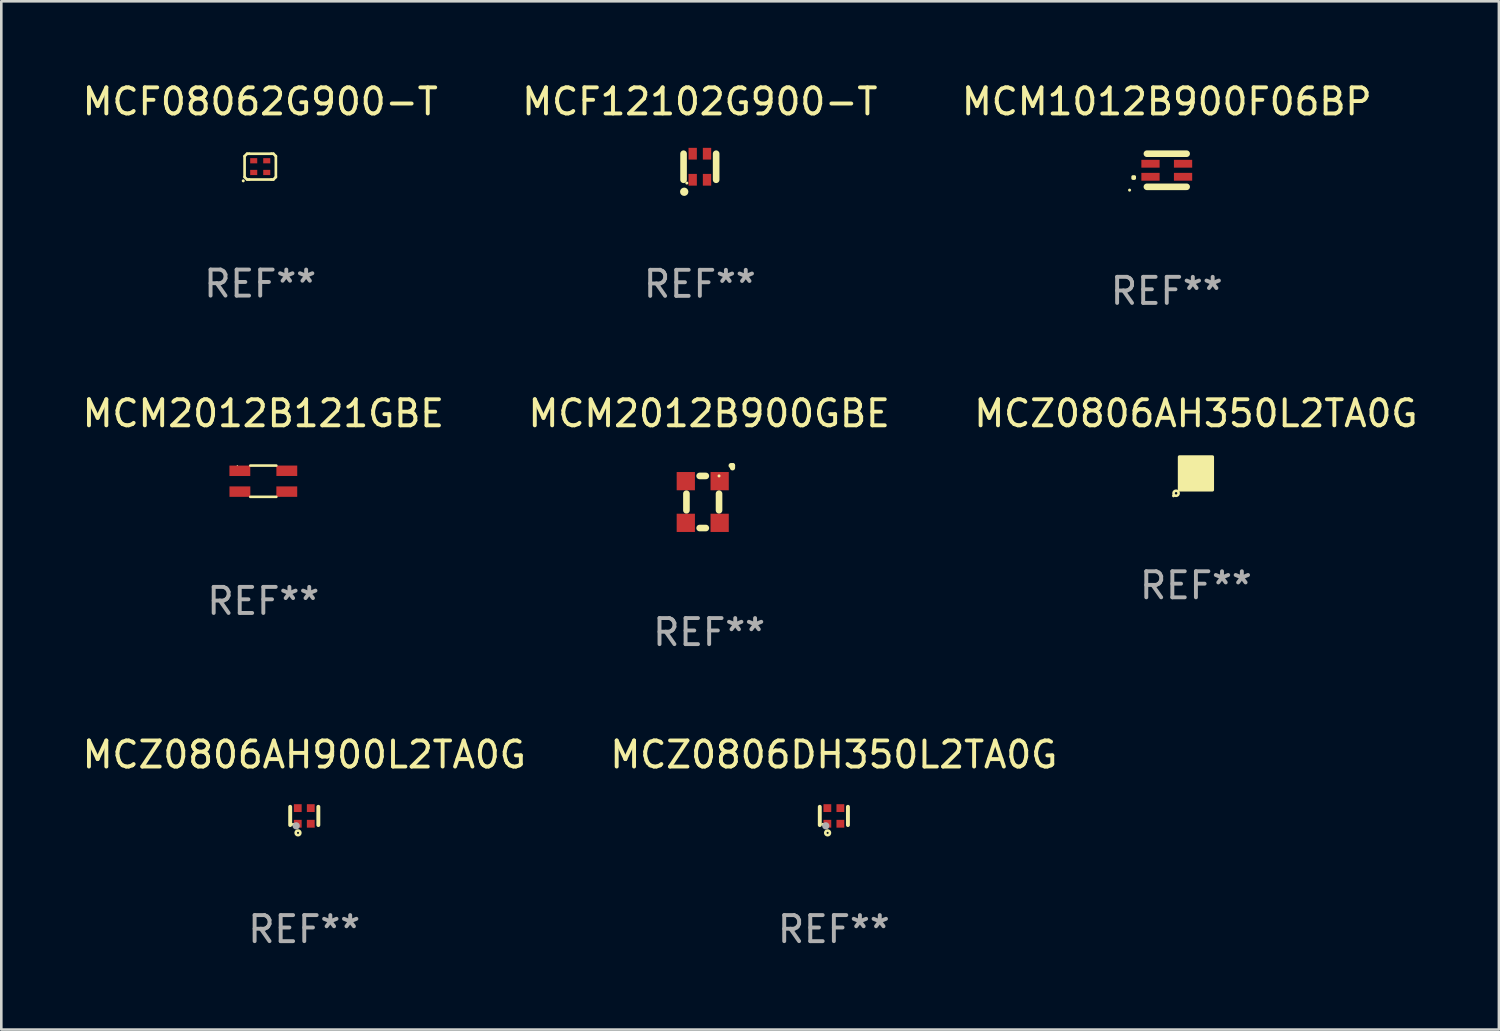
<source format=kicad_pcb>
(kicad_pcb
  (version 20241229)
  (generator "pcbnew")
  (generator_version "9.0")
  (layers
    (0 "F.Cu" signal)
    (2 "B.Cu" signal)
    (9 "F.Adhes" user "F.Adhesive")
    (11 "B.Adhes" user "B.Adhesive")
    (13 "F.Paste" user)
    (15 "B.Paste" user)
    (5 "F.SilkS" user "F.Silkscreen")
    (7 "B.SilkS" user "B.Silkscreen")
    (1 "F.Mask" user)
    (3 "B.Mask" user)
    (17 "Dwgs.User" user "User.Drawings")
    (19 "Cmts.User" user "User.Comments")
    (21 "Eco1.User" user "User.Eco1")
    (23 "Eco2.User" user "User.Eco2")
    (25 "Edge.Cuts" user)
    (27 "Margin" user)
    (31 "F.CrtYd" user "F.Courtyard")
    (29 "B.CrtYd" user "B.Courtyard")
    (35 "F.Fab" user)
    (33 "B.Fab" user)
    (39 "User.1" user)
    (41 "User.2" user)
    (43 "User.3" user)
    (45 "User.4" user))
  (footprint "MCF12102G900-T"
    (layer "F.Cu")
    (at 23.804 3.348)
    (property "Reference" "MCF12102G900-T" (at 0 -2.5 0) (layer "F.SilkS") (effects (font (size 1 1) (thickness 0.15))))
    (attr through_hole)
    (fp_line (start -0.625 -0.5) (end -0.625 0.5) (stroke (width 0.254) (type solid)) (layer "F.SilkS"))
    (fp_line (start 0.625 -0.5) (end 0.625 0.5) (stroke (width 0.254) (type solid)) (layer "F.SilkS"))
    (fp_circle (center -0.6 0.96) (end -0.52 0.96) (stroke (width 0.16) (type solid)) (fill no) (layer "F.SilkS"))
    (fp_circle (center -0.5 0.625) (end -0.47 0.625) (stroke (width 0.06) (type solid)) (fill no) (layer "F.SilkS"))
    (fp_text user "REF**" (at 0 4.5 0) (layer "F.Fab") (effects (font (size 1 1) (thickness 0.15))))
    (pad "1" smd rect (at -0.275 0.5 90) (size 0.45 0.32) (layers "F.Cu" "F.Mask" "F.Paste"))
    (pad "2" smd rect (at 0.275 0.5 90) (size 0.45 0.32) (layers "F.Cu" "F.Mask" "F.Paste"))
    (pad "3" smd rect (at 0.275 -0.5 90) (size 0.45 0.32) (layers "F.Cu" "F.Mask" "F.Paste"))
    (pad "4" smd rect (at -0.275 -0.5 90) (size 0.45 0.32) (layers "F.Cu" "F.Mask" "F.Paste")))
  (footprint "MCM1012B900F06BP"
    (layer "F.Cu")
    (at 41.72 3.483)
    (property "Reference" "MCM1012B900F06BP" (at 0 -2.635 0) (layer "F.SilkS") (effects (font (size 1 1) (thickness 0.15))))
    (attr through_hole)
    (fp_line (start -0.762 -0.635) (end 0.762 -0.635) (stroke (width 0.254) (type solid)) (layer "F.SilkS"))
    (fp_line (start -0.762 0.635) (end 0.762 0.635) (stroke (width 0.254) (type solid)) (layer "F.SilkS"))
    (fp_circle (center -1.427 0.762) (end -1.397 0.762) (stroke (width 0.06) (type solid)) (fill no) (layer "F.SilkS"))
    (fp_poly (pts (xy -1.3 0.25) (xy -1.24 0.25) (xy -1.24 0.31) (xy -1.3 0.31)) (stroke (width 0.12) (type solid)) (fill yes) (layer "F.SilkS"))
    (fp_text user "REF**" (at 0 4.635 0) (layer "F.Fab") (effects (font (size 1 1) (thickness 0.15))))
    (pad "1" smd rect (at -0.625 0.25) (size 0.7 0.3) (layers "F.Cu" "F.Mask" "F.Paste"))
    (pad "2" smd rect (at 0.625 0.25) (size 0.7 0.3) (layers "F.Cu" "F.Mask" "F.Paste"))
    (pad "3" smd rect (at 0.625 -0.25) (size 0.7 0.3) (layers "F.Cu" "F.Mask" "F.Paste"))
    (pad "4" smd rect (at -0.625 -0.25) (size 0.7 0.3) (layers "F.Cu" "F.Mask" "F.Paste")))
  (footprint "MCZ0806AH350L2TA0G"
    (layer "F.Cu")
    (at 42.839 15.115)
    (property "Reference" "MCZ0806AH350L2TA0G" (at 0 -2.3 0) (layer "F.SilkS") (effects (font (size 1 1) (thickness 0.15))))
    (attr through_hole)
    (fp_circle (center -0.86 0.86) (end -0.83 0.86) (stroke (width 0.06) (type solid)) (fill no) (layer "F.SilkS"))
    (fp_circle (center -0.762 0.762) (end -0.714 0.762) (stroke (width 0.1) (type solid)) (fill no) (layer "F.SilkS"))
    (fp_poly (pts (xy -0.635 -0.635) (xy 0.635 -0.635) (xy 0.635 0.635) (xy -0.635 0.635)) (stroke (width 0.12) (type solid)) (fill yes) (layer "F.SilkS"))
    (fp_text user "REF**" (at 0 4.3 0) (layer "F.Fab") (effects (font (size 1 1) (thickness 0.15))))
    (pad "1" smd rect (at -0.25 0.3) (size 0.3 0.3) (layers "F.Cu" "F.Mask" "F.Paste"))
    (pad "2" smd rect (at 0.25 0.3) (size 0.3 0.3) (layers "F.Cu" "F.Mask" "F.Paste"))
    (pad "3" smd rect (at 0.25 -0.3) (size 0.3 0.3) (layers "F.Cu" "F.Mask" "F.Paste"))
    (pad "4" smd rect (at -0.25 -0.3) (size 0.3 0.3) (layers "F.Cu" "F.Mask" "F.Paste")))
  (footprint "MCM2012B121GBE"
    (layer "F.Cu")
    (at 7.054 15.415)
    (property "Reference" "MCM2012B121GBE" (at 0 -2.6 0) (layer "F.SilkS") (effects (font (size 1 1) (thickness 0.15))))
    (attr through_hole)
    (fp_line (start -0.501 -0.6) (end 0.499 -0.6) (stroke (width 0.1) (type solid)) (layer "F.SilkS"))
    (fp_line (start -0.501 0.6) (end 0.499 0.6) (stroke (width 0.1) (type solid)) (layer "F.SilkS"))
    (fp_circle (center -1 -0.601) (end -0.99 -0.601) (stroke (width 0.02) (type solid)) (fill no) (layer "F.SilkS"))
    (fp_text user "REF**" (at 0 4.6 0) (layer "F.Fab") (effects (font (size 1 1) (thickness 0.15))))
    (pad "1" smd rect (at -0.901 -0.4 90) (size 0.4 0.8) (layers "F.Cu" "F.Mask" "F.Paste"))
    (pad "2" smd rect (at -0.899 0.399 90) (size 0.4 0.8) (layers "F.Cu" "F.Mask" "F.Paste"))
    (pad "3" smd rect (at 0.9 0.399 90) (size 0.4 0.8) (layers "F.Cu" "F.Mask" "F.Paste"))
    (pad "4" smd rect (at 0.901 -0.401 90) (size 0.4 0.8) (layers "F.Cu" "F.Mask" "F.Paste")))
  (footprint "MCZ0806DH350L2TA0G"
    (layer "F.Cu")
    (at 28.946 28.258)
    (property "Reference" "MCZ0806DH350L2TA0G" (at 0 -2.35 0) (layer "F.SilkS") (effects (font (size 1 1) (thickness 0.15))))
    (attr through_hole)
    (fp_line (start -0.54 -0.35) (end -0.54 0.35) (stroke (width 0.15) (type solid)) (layer "F.SilkS"))
    (fp_line (start 0.54 -0.35) (end 0.54 0.35) (stroke (width 0.15) (type solid)) (layer "F.SilkS"))
    (fp_circle (center -0.425 0.325) (end -0.395 0.325) (stroke (width 0.06) (type solid)) (fill no) (layer "F.SilkS"))
    (fp_circle (center -0.24 0.65) (end -0.15 0.65) (stroke (width 0.1) (type solid)) (fill no) (layer "F.SilkS"))
    (fp_circle (center -0.31 0.38) (end -0.24 0.38) (stroke (width 0.14) (type solid)) (fill no) (layer "F.Fab"))
    (fp_text user "REF**" (at 0 4.35 0) (layer "F.Fab") (effects (font (size 1 1) (thickness 0.15))))
    (pad "1" smd rect (at -0.25 0.3 90) (size 0.3 0.3) (layers "F.Cu" "F.Mask" "F.Paste"))
    (pad "2" smd rect (at 0.25 0.3 90) (size 0.3 0.3) (layers "F.Cu" "F.Mask" "F.Paste"))
    (pad "3" smd rect (at 0.25 -0.3 90) (size 0.3 0.3) (layers "F.Cu" "F.Mask" "F.Paste"))
    (pad "4" smd rect (at -0.25 -0.3 90) (size 0.3 0.3) (layers "F.Cu" "F.Mask" "F.Paste")))
  (footprint "MCF08062G900-T"
    (layer "F.Cu")
    (at 6.935 3.343)
    (property "Reference" "MCF08062G900-T" (at 0 -2.495 0) (layer "F.SilkS") (effects (font (size 1 1) (thickness 0.15))))
    (attr through_hole)
    (fp_line (start -0.6 0.4) (end -0.6 -0.4) (stroke (width 0.102) (type solid)) (layer "F.SilkS"))
    (fp_line (start -0.505 -0.495) (end -0.6 -0.4) (stroke (width 0.102) (type solid)) (layer "F.SilkS"))
    (fp_line (start -0.505 0.495) (end -0.6 0.4) (stroke (width 0.102) (type solid)) (layer "F.SilkS"))
    (fp_line (start -0.425 -0.495) (end -0.505 -0.495) (stroke (width 0.102) (type solid)) (layer "F.SilkS"))
    (fp_line (start -0.425 -0.495) (end 0.425 -0.495) (stroke (width 0.102) (type solid)) (layer "F.SilkS"))
    (fp_line (start -0.425 0.495) (end -0.505 0.495) (stroke (width 0.102) (type solid)) (layer "F.SilkS"))
    (fp_line (start -0.425 0.495) (end 0.425 0.495) (stroke (width 0.102) (type solid)) (layer "F.SilkS"))
    (fp_line (start 0.425 -0.495) (end 0.505 -0.495) (stroke (width 0.102) (type solid)) (layer "F.SilkS"))
    (fp_line (start 0.425 0.495) (end 0.505 0.495) (stroke (width 0.102) (type solid)) (layer "F.SilkS"))
    (fp_line (start 0.505 -0.495) (end 0.6 -0.4) (stroke (width 0.102) (type solid)) (layer "F.SilkS"))
    (fp_line (start 0.505 0.495) (end 0.6 0.4) (stroke (width 0.102) (type solid)) (layer "F.SilkS"))
    (fp_line (start 0.6 0.4) (end 0.6 -0.4) (stroke (width 0.102) (type solid)) (layer "F.SilkS"))
    (fp_circle (center -0.651 0.546) (end -0.621 0.546) (stroke (width 0.06) (type solid)) (fill no) (layer "F.SilkS"))
    (fp_text user "REF**" (at 0 4.495 0) (layer "F.Fab") (effects (font (size 1 1) (thickness 0.15))))
    (pad "1" smd rect (at -0.25 0.225 90) (size 0.2 0.27) (layers "F.Cu" "F.Mask" "F.Paste"))
    (pad "2" smd rect (at 0.25 0.225 90) (size 0.2 0.27) (layers "F.Cu" "F.Mask" "F.Paste"))
    (pad "3" smd rect (at 0.25 -0.225 90) (size 0.2 0.27) (layers "F.Cu" "F.Mask" "F.Paste"))
    (pad "4" smd rect (at -0.25 -0.225 90) (size 0.2 0.27) (layers "F.Cu" "F.Mask" "F.Paste")))
  (footprint "MCM2012B900GBE"
    (layer "F.Cu")
    (at 24.161 16.013)
    (property "Reference" "MCM2012B900GBE" (at 0 -3.198 0) (layer "F.SilkS") (effects (font (size 1 1) (thickness 0.15))))
    (attr through_hole)
    (fp_line (start -0.872 0.517) (end -0.872 -0.12) (stroke (width 0.254) (type solid)) (layer "F.SilkS"))
    (fp_line (start -0.128 -0.801) (end -0.365 -0.801) (stroke (width 0.254) (type solid)) (layer "F.SilkS"))
    (fp_line (start -0.128 1.198) (end -0.365 1.198) (stroke (width 0.254) (type solid)) (layer "F.SilkS"))
    (fp_line (start 0.379 -0.12) (end 0.379 0.517) (stroke (width 0.254) (type solid)) (layer "F.SilkS"))
    (fp_line (start 0.896 -1.198) (end 0.844 -1.198) (stroke (width 0.2) (type solid)) (layer "F.SilkS"))
    (fp_line (start 0.896 -1.112) (end 0.896 -1.198) (stroke (width 0.2) (type solid)) (layer "F.SilkS"))
    (fp_circle (center 0.379 -0.801) (end 0.409 -0.801) (stroke (width 0.06) (type solid)) (fill no) (layer "F.SilkS"))
    (fp_text user "REF**" (at 0 5.198 0) (layer "F.Fab") (effects (font (size 1 1) (thickness 0.15))))
    (pad "1" smd rect (at 0.403 -0.601) (size 0.7 0.7) (layers "F.Cu" "F.Mask" "F.Paste"))
    (pad "2" smd rect (at 0.403 0.999) (size 0.7 0.7) (layers "F.Cu" "F.Mask" "F.Paste"))
    (pad "3" smd rect (at -0.896 0.999) (size 0.7 0.7) (layers "F.Cu" "F.Mask" "F.Paste"))
    (pad "4" smd rect (at -0.896 -0.601) (size 0.7 0.7) (layers "F.Cu" "F.Mask" "F.Paste")))
  (footprint "MCZ0806AH900L2TA0G"
    (layer "F.Cu")
    (at 8.625 28.258)
    (property "Reference" "MCZ0806AH900L2TA0G" (at 0 -2.35 0) (layer "F.SilkS") (effects (font (size 1 1) (thickness 0.15))))
    (attr through_hole)
    (fp_line (start -0.54 -0.35) (end -0.54 0.35) (stroke (width 0.15) (type solid)) (layer "F.SilkS"))
    (fp_line (start 0.54 -0.35) (end 0.54 0.35) (stroke (width 0.15) (type solid)) (layer "F.SilkS"))
    (fp_circle (center -0.425 0.325) (end -0.395 0.325) (stroke (width 0.06) (type solid)) (fill no) (layer "F.SilkS"))
    (fp_circle (center -0.24 0.65) (end -0.15 0.65) (stroke (width 0.1) (type solid)) (fill no) (layer "F.SilkS"))
    (fp_circle (center -0.31 0.38) (end -0.24 0.38) (stroke (width 0.14) (type solid)) (fill no) (layer "F.Fab"))
    (fp_text user "REF**" (at 0 4.35 0) (layer "F.Fab") (effects (font (size 1 1) (thickness 0.15))))
    (pad "1" smd rect (at -0.25 0.3 90) (size 0.3 0.3) (layers "F.Cu" "F.Mask" "F.Paste"))
    (pad "2" smd rect (at 0.25 0.3 90) (size 0.3 0.3) (layers "F.Cu" "F.Mask" "F.Paste"))
    (pad "3" smd rect (at 0.25 -0.3 90) (size 0.3 0.3) (layers "F.Cu" "F.Mask" "F.Paste"))
    (pad "4" smd rect (at -0.25 -0.3 90) (size 0.3 0.3) (layers "F.Cu" "F.Mask" "F.Paste")))
  (gr_rect
    (start -3 -3)
    (end 54.464 36.456)
    (stroke (width 0.1) (type default))
    (fill no)
    (layer "Edge.Cuts")))
</source>
